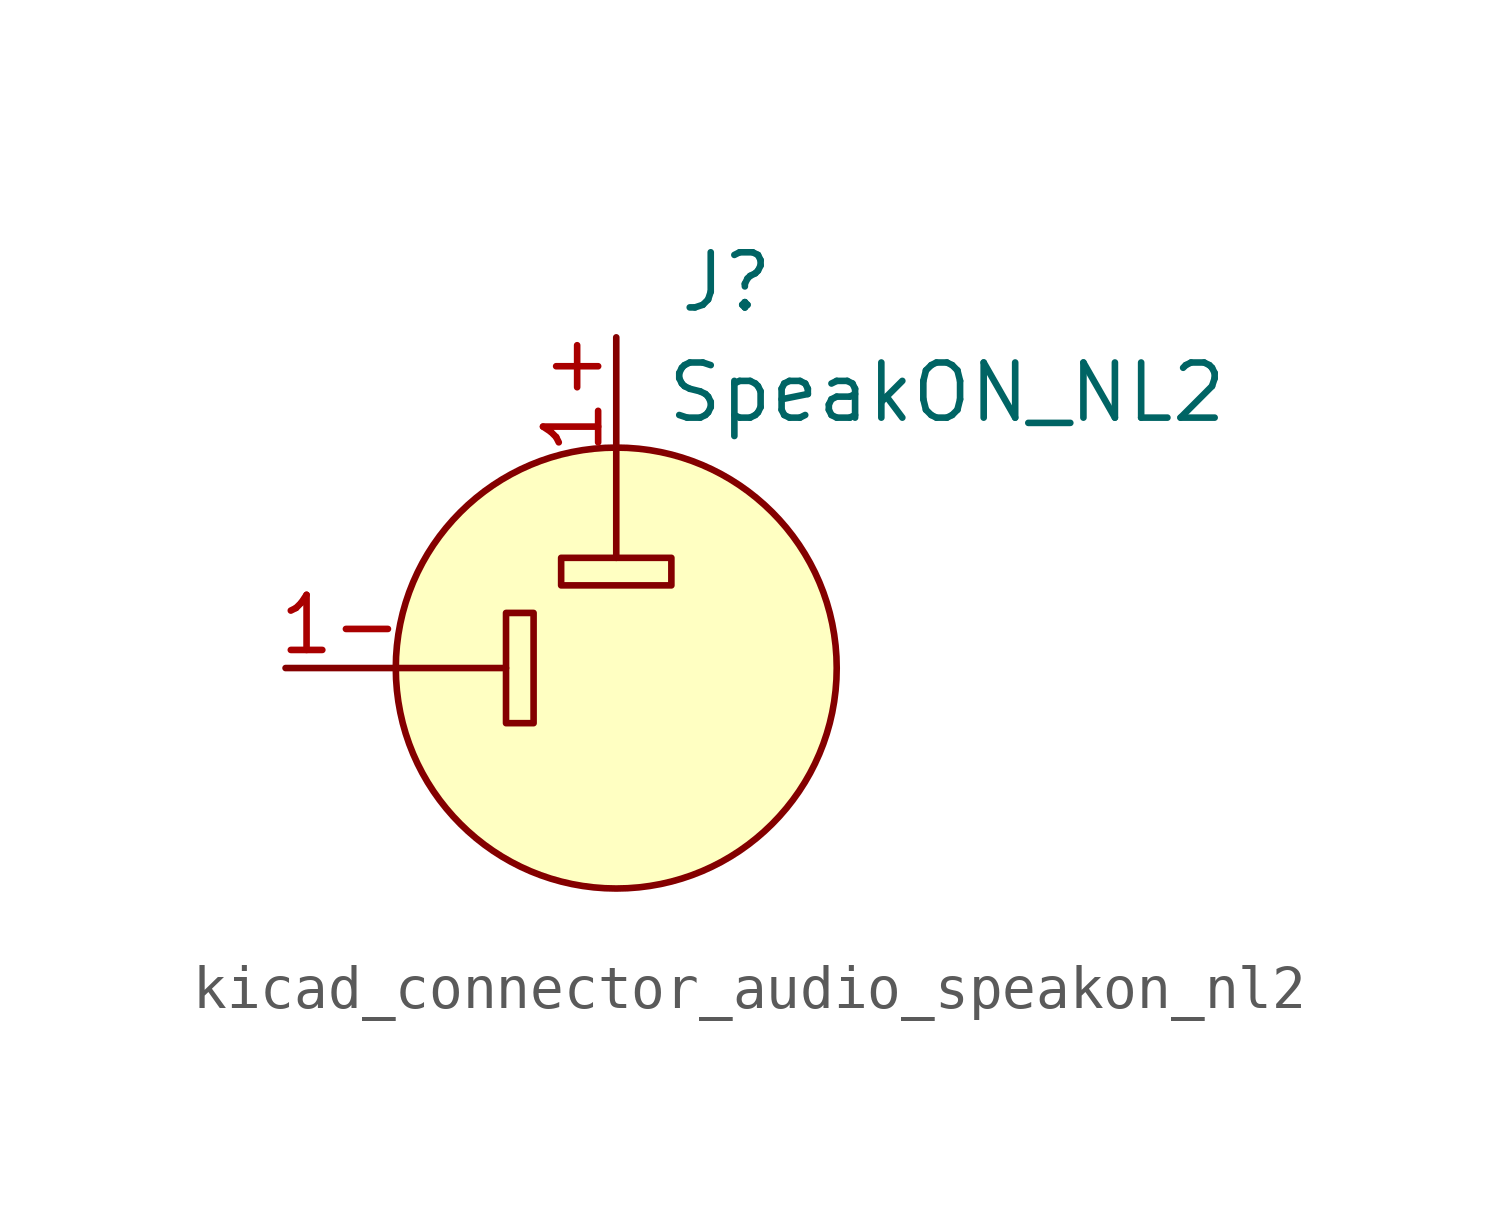
<source format=kicad_sym>
(kicad_symbol_lib
  (version 20220914)
  (generator kicad_symbol_editor)
  (symbol "kicad_connector_audio_speakon_nl2"
    (pin_names hide)
    (property "Reference" "J"
      (at 2.54 8.89 0)
      (effects (font (size 1.27 1.27))))
    (property "Value" "SpeakON_NL2"
      (at 7.62 6.35 0)
      (effects (font (size 1.27 1.27))))
    (symbol "kicad_connector_audio_speakon_nl2_0_1"
      (rectangle (start -2.54 1.27) (end -1.905 -1.27) (stroke (width 0) (type default)) (fill (type none)))
      (rectangle (start -1.27 2.54) (end 1.27 1.905) (stroke (width 0) (type default)) (fill (type none)))
      (polyline (pts (xy -5.08 0) (xy -2.54 0)) (stroke (width 0) (type default)) (fill (type none)))
      (polyline (pts (xy 0 5.08) (xy 0 2.54)) (stroke (width 0) (type default)) (fill (type none)))
      (circle (center 0 0) (radius 5.08) (stroke (width 0) (type default)) (fill (type background)))
      (pin passive line (at -7.62 0 0) (length 2.54) (name "1-" (effects (font (size 1.27 1.27)))) (number "1-" (effects (font (size 1.27 1.27))))))
    (symbol "kicad_connector_audio_speakon_nl2_1_1"
      (pin passive line (at 0 7.62 270) (length 2.54) (name "1+" (effects (font (size 1.27 1.27)))) (number "1+" (effects (font (size 1.27 1.27))))))))
</source>
